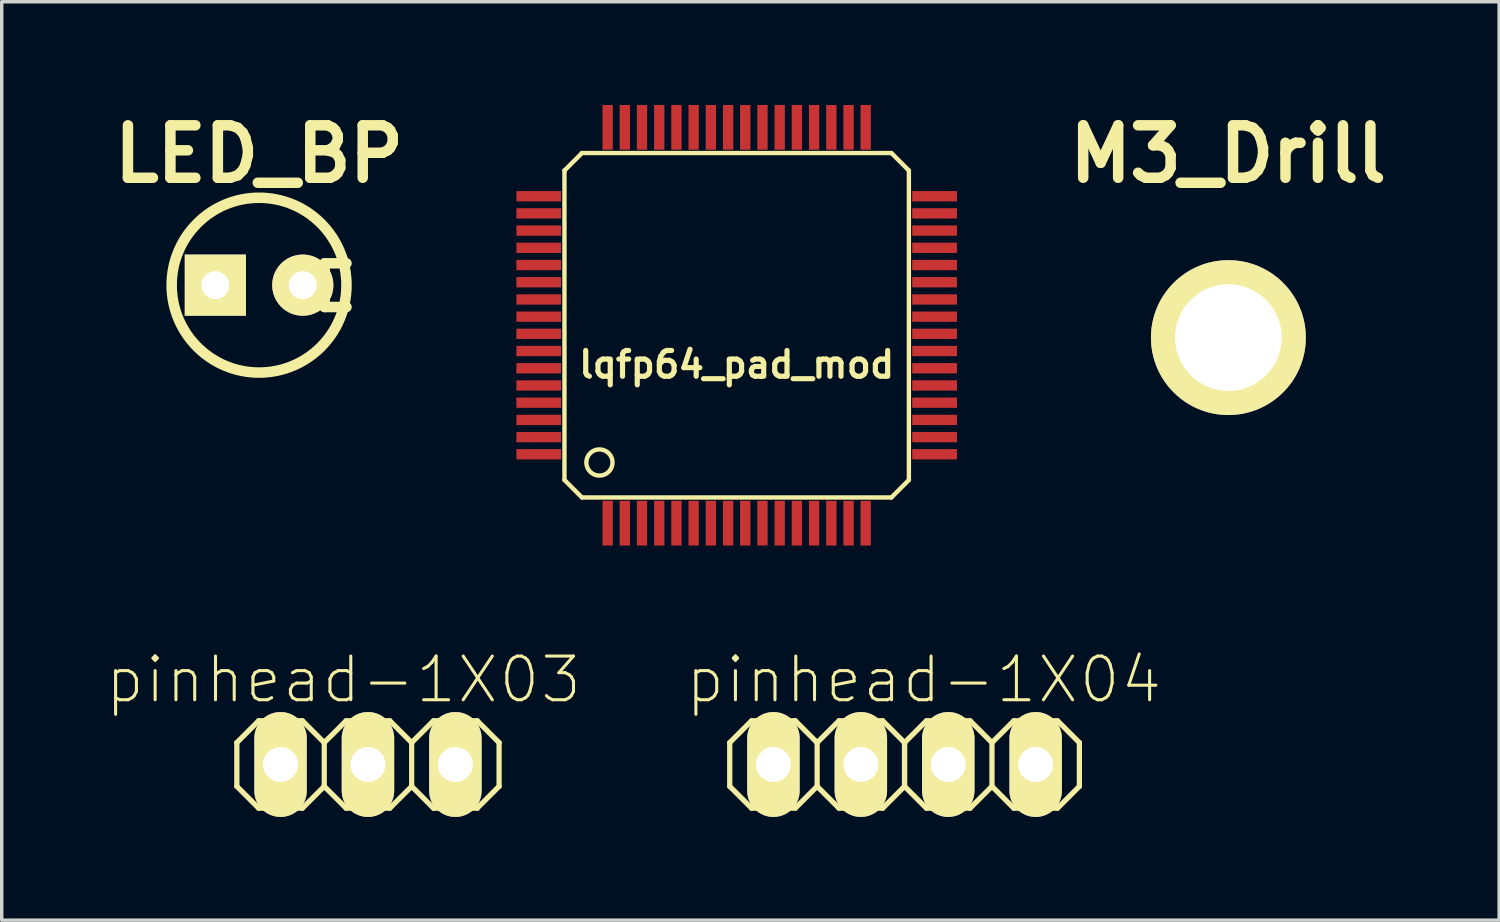
<source format=kicad_pcb>
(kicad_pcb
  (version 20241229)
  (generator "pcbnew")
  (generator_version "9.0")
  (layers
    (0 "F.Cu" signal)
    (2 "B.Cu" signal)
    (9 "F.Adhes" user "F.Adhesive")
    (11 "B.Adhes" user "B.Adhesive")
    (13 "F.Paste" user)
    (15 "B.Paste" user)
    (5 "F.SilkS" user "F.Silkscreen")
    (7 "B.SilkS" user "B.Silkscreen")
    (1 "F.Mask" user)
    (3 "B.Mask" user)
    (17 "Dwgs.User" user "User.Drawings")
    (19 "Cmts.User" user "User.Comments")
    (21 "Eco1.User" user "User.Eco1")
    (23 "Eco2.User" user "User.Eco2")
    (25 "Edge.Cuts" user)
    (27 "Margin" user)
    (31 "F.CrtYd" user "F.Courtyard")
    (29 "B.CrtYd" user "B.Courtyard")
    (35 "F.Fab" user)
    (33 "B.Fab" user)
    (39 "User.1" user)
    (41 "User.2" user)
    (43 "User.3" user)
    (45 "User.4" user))
  (footprint "lqfp64_pad_mod"
    (layer "F.Cu")
    (at 18.356 6.401)
    (property "Reference" "lqfp64_pad_mod" (at 0 1.143 0) (layer "F.SilkS") (effects (font (size 0.749 0.749) (thickness 0.15))))
    (attr through_hole)
    (fp_line (start -5.004 -4.496) (end -4.496 -5.004) (stroke (width 0.127) (type solid)) (layer "F.SilkS"))
    (fp_line (start -5.004 4.496) (end -5.004 -4.496) (stroke (width 0.127) (type solid)) (layer "F.SilkS"))
    (fp_line (start -4.496 -5.004) (end 4.496 -5.004) (stroke (width 0.127) (type solid)) (layer "F.SilkS"))
    (fp_line (start -4.496 5.004) (end -5.004 4.496) (stroke (width 0.127) (type solid)) (layer "F.SilkS"))
    (fp_line (start 4.496 -5.004) (end 5.004 -4.496) (stroke (width 0.127) (type solid)) (layer "F.SilkS"))
    (fp_line (start 4.496 5.004) (end -4.496 5.004) (stroke (width 0.127) (type solid)) (layer "F.SilkS"))
    (fp_line (start 5.004 4.496) (end 4.496 5.004) (stroke (width 0.127) (type solid)) (layer "F.SilkS"))
    (fp_line (start 5.004 4.496) (end 5.004 -4.496) (stroke (width 0.127) (type solid)) (layer "F.SilkS"))
    (fp_circle (center -3.988 3.988) (end -4.216 4.293) (stroke (width 0.127) (type solid)) (fill no) (layer "F.SilkS"))
    (pad "1" smd rect (at -3.749 5.751) (size 0.3 1.3) (layers "F.Cu" "F.Mask" "F.Paste"))
    (pad "2" smd rect (at -3.251 5.751) (size 0.3 1.3) (layers "F.Cu" "F.Mask" "F.Paste"))
    (pad "3" smd rect (at -2.751 5.751) (size 0.3 1.3) (layers "F.Cu" "F.Mask" "F.Paste"))
    (pad "4" smd rect (at -2.25 5.751) (size 0.3 1.3) (layers "F.Cu" "F.Mask" "F.Paste"))
    (pad "5" smd rect (at -1.75 5.751) (size 0.3 1.3) (layers "F.Cu" "F.Mask" "F.Paste"))
    (pad "6" smd rect (at -1.25 5.751) (size 0.3 1.3) (layers "F.Cu" "F.Mask" "F.Paste"))
    (pad "7" smd rect (at -0.749 5.751) (size 0.3 1.3) (layers "F.Cu" "F.Mask" "F.Paste"))
    (pad "8" smd rect (at -0.249 5.751) (size 0.3 1.3) (layers "F.Cu" "F.Mask" "F.Paste"))
    (pad "9" smd rect (at 0.249 5.751) (size 0.3 1.3) (layers "F.Cu" "F.Mask" "F.Paste"))
    (pad "10" smd rect (at 0.749 5.751) (size 0.3 1.3) (layers "F.Cu" "F.Mask" "F.Paste"))
    (pad "11" smd rect (at 1.25 5.751) (size 0.3 1.3) (layers "F.Cu" "F.Mask" "F.Paste"))
    (pad "12" smd rect (at 1.75 5.751) (size 0.3 1.3) (layers "F.Cu" "F.Mask" "F.Paste"))
    (pad "13" smd rect (at 2.25 5.751) (size 0.3 1.3) (layers "F.Cu" "F.Mask" "F.Paste"))
    (pad "14" smd rect (at 2.751 5.751) (size 0.3 1.3) (layers "F.Cu" "F.Mask" "F.Paste"))
    (pad "15" smd rect (at 3.251 5.751) (size 0.3 1.3) (layers "F.Cu" "F.Mask" "F.Paste"))
    (pad "16" smd rect (at 3.749 5.751) (size 0.3 1.3) (layers "F.Cu" "F.Mask" "F.Paste"))
    (pad "17" smd rect (at 5.751 3.749) (size 1.3 0.3) (layers "F.Cu" "F.Mask" "F.Paste"))
    (pad "18" smd rect (at 5.751 3.251) (size 1.3 0.3) (layers "F.Cu" "F.Mask" "F.Paste"))
    (pad "19" smd rect (at 5.751 2.751) (size 1.3 0.3) (layers "F.Cu" "F.Mask" "F.Paste"))
    (pad "20" smd rect (at 5.751 2.25) (size 1.3 0.3) (layers "F.Cu" "F.Mask" "F.Paste"))
    (pad "21" smd rect (at 5.751 1.75) (size 1.3 0.3) (layers "F.Cu" "F.Mask" "F.Paste"))
    (pad "22" smd rect (at 5.751 1.25) (size 1.3 0.3) (layers "F.Cu" "F.Mask" "F.Paste"))
    (pad "23" smd rect (at 5.751 0.749) (size 1.3 0.3) (layers "F.Cu" "F.Mask" "F.Paste"))
    (pad "24" smd rect (at 5.751 0.249) (size 1.3 0.3) (layers "F.Cu" "F.Mask" "F.Paste"))
    (pad "25" smd rect (at 5.751 -0.249) (size 1.3 0.3) (layers "F.Cu" "F.Mask" "F.Paste"))
    (pad "26" smd rect (at 5.751 -0.749) (size 1.3 0.3) (layers "F.Cu" "F.Mask" "F.Paste"))
    (pad "27" smd rect (at 5.751 -1.25) (size 1.3 0.3) (layers "F.Cu" "F.Mask" "F.Paste"))
    (pad "28" smd rect (at 5.751 -1.75) (size 1.3 0.3) (layers "F.Cu" "F.Mask" "F.Paste"))
    (pad "29" smd rect (at 5.751 -2.25) (size 1.3 0.3) (layers "F.Cu" "F.Mask" "F.Paste"))
    (pad "30" smd rect (at 5.751 -2.751) (size 1.3 0.3) (layers "F.Cu" "F.Mask" "F.Paste"))
    (pad "31" smd rect (at 5.751 -3.251) (size 1.3 0.3) (layers "F.Cu" "F.Mask" "F.Paste"))
    (pad "32" smd rect (at 5.751 -3.749) (size 1.3 0.3) (layers "F.Cu" "F.Mask" "F.Paste"))
    (pad "33" smd rect (at 3.749 -5.751) (size 0.3 1.3) (layers "F.Cu" "F.Mask" "F.Paste"))
    (pad "34" smd rect (at 3.251 -5.751) (size 0.3 1.3) (layers "F.Cu" "F.Mask" "F.Paste"))
    (pad "35" smd rect (at 2.751 -5.751) (size 0.3 1.3) (layers "F.Cu" "F.Mask" "F.Paste"))
    (pad "36" smd rect (at 2.25 -5.751) (size 0.3 1.3) (layers "F.Cu" "F.Mask" "F.Paste"))
    (pad "37" smd rect (at 1.75 -5.751) (size 0.3 1.3) (layers "F.Cu" "F.Mask" "F.Paste"))
    (pad "38" smd rect (at 1.25 -5.751) (size 0.3 1.3) (layers "F.Cu" "F.Mask" "F.Paste"))
    (pad "39" smd rect (at 0.749 -5.751) (size 0.3 1.3) (layers "F.Cu" "F.Mask" "F.Paste"))
    (pad "40" smd rect (at 0.249 -5.751) (size 0.3 1.3) (layers "F.Cu" "F.Mask" "F.Paste"))
    (pad "41" smd rect (at -0.249 -5.751) (size 0.3 1.3) (layers "F.Cu" "F.Mask" "F.Paste"))
    (pad "42" smd rect (at -0.749 -5.751) (size 0.3 1.3) (layers "F.Cu" "F.Mask" "F.Paste"))
    (pad "43" smd rect (at -1.25 -5.751) (size 0.3 1.3) (layers "F.Cu" "F.Mask" "F.Paste"))
    (pad "44" smd rect (at -1.75 -5.751) (size 0.3 1.3) (layers "F.Cu" "F.Mask" "F.Paste"))
    (pad "45" smd rect (at -2.25 -5.751) (size 0.3 1.3) (layers "F.Cu" "F.Mask" "F.Paste"))
    (pad "46" smd rect (at -2.751 -5.751) (size 0.3 1.3) (layers "F.Cu" "F.Mask" "F.Paste"))
    (pad "47" smd rect (at -3.251 -5.751) (size 0.3 1.3) (layers "F.Cu" "F.Mask" "F.Paste"))
    (pad "48" smd rect (at -3.749 -5.751) (size 0.3 1.3) (layers "F.Cu" "F.Mask" "F.Paste"))
    (pad "49" smd rect (at -5.751 -3.749) (size 1.3 0.3) (layers "F.Cu" "F.Mask" "F.Paste"))
    (pad "50" smd rect (at -5.751 -3.251) (size 1.3 0.3) (layers "F.Cu" "F.Mask" "F.Paste"))
    (pad "51" smd rect (at -5.751 -2.751) (size 1.3 0.3) (layers "F.Cu" "F.Mask" "F.Paste"))
    (pad "52" smd rect (at -5.751 -2.25) (size 1.3 0.3) (layers "F.Cu" "F.Mask" "F.Paste"))
    (pad "53" smd rect (at -5.751 -1.75) (size 1.3 0.3) (layers "F.Cu" "F.Mask" "F.Paste"))
    (pad "54" smd rect (at -5.751 -1.25) (size 1.3 0.3) (layers "F.Cu" "F.Mask" "F.Paste"))
    (pad "55" smd rect (at -5.751 -0.749) (size 1.3 0.3) (layers "F.Cu" "F.Mask" "F.Paste"))
    (pad "56" smd rect (at -5.751 -0.249) (size 1.3 0.3) (layers "F.Cu" "F.Mask" "F.Paste"))
    (pad "57" smd rect (at -5.751 0.249) (size 1.3 0.3) (layers "F.Cu" "F.Mask" "F.Paste"))
    (pad "58" smd rect (at -5.751 0.749) (size 1.3 0.3) (layers "F.Cu" "F.Mask" "F.Paste"))
    (pad "59" smd rect (at -5.751 1.25) (size 1.3 0.3) (layers "F.Cu" "F.Mask" "F.Paste"))
    (pad "60" smd rect (at -5.751 1.75) (size 1.3 0.3) (layers "F.Cu" "F.Mask" "F.Paste"))
    (pad "61" smd rect (at -5.751 2.25) (size 1.3 0.3) (layers "F.Cu" "F.Mask" "F.Paste"))
    (pad "62" smd rect (at -5.751 2.751) (size 1.3 0.3) (layers "F.Cu" "F.Mask" "F.Paste"))
    (pad "63" smd rect (at -5.751 3.251) (size 1.3 0.3) (layers "F.Cu" "F.Mask" "F.Paste"))
    (pad "64" smd rect (at -5.751 3.749) (size 1.3 0.3) (layers "F.Cu" "F.Mask" "F.Paste")))
  (footprint "LED_BP"
    (layer "F.Cu")
    (at 4.478 5.236)
    (property "Reference" "LED_BP" (at 0 -3.81 0) (layer "F.SilkS") (effects (font (size 1.524 1.524) (thickness 0.305))))
    (attr through_hole)
    (fp_line (start 1.905 -0.635) (end 1.905 0.635) (stroke (width 0.305) (type solid)) (layer "F.SilkS"))
    (fp_line (start 1.905 0.635) (end 2.54 0.635) (stroke (width 0.305) (type solid)) (layer "F.SilkS"))
    (fp_line (start 2.54 -0.635) (end 1.905 -0.635) (stroke (width 0.305) (type solid)) (layer "F.SilkS"))
    (fp_circle (center 0 0) (end -2.54 0) (stroke (width 0.305) (type solid)) (fill no) (layer "F.SilkS"))
    (pad "1" thru_hole rect (at -1.27 0) (size 1.778 1.778) (drill 0.813) (layers "*.Cu" "*.Mask" "F.SilkS"))
    (pad "2" thru_hole circle (at 1.27 0) (size 1.778 1.778) (drill 0.813) (layers "*.Cu" "*.Mask" "F.SilkS")))
  (footprint "pinhead-1X03"
    (layer "F.Cu")
    (at 7.642 19.164)
    (property "Reference" "pinhead-1X03" (at -0.711 -2.464 0) (layer "F.SilkS") (effects (font (size 1.27 1.27) (thickness 0.089))))
    (attr exclude_from_pos_files exclude_from_bom)
    (fp_line (start -3.81 -0.635) (end -3.81 0.635) (stroke (width 0.152) (type solid)) (layer "F.SilkS"))
    (fp_line (start -3.81 0.635) (end -3.175 1.27) (stroke (width 0.152) (type solid)) (layer "F.SilkS"))
    (fp_line (start -3.175 -1.27) (end -3.81 -0.635) (stroke (width 0.152) (type solid)) (layer "F.SilkS"))
    (fp_line (start -3.175 -1.27) (end -1.905 -1.27) (stroke (width 0.152) (type solid)) (layer "F.SilkS"))
    (fp_line (start -2.794 -0.254) (end -2.286 -0.254) (stroke (width 0.066) (type solid)) (layer "F.SilkS"))
    (fp_line (start -2.794 0.254) (end -2.794 -0.254) (stroke (width 0.066) (type solid)) (layer "F.SilkS"))
    (fp_line (start -2.794 0.254) (end -2.286 0.254) (stroke (width 0.066) (type solid)) (layer "F.SilkS"))
    (fp_line (start -2.286 0.254) (end -2.286 -0.254) (stroke (width 0.066) (type solid)) (layer "F.SilkS"))
    (fp_line (start -1.905 -1.27) (end -1.27 -0.635) (stroke (width 0.152) (type solid)) (layer "F.SilkS"))
    (fp_line (start -1.905 1.27) (end -3.175 1.27) (stroke (width 0.152) (type solid)) (layer "F.SilkS"))
    (fp_line (start -1.27 -0.635) (end -1.27 0.635) (stroke (width 0.152) (type solid)) (layer "F.SilkS"))
    (fp_line (start -1.27 -0.635) (end -0.635 -1.27) (stroke (width 0.152) (type solid)) (layer "F.SilkS"))
    (fp_line (start -1.27 0.635) (end -1.905 1.27) (stroke (width 0.152) (type solid)) (layer "F.SilkS"))
    (fp_line (start -0.635 -1.27) (end 0.635 -1.27) (stroke (width 0.152) (type solid)) (layer "F.SilkS"))
    (fp_line (start -0.635 1.27) (end -1.27 0.635) (stroke (width 0.152) (type solid)) (layer "F.SilkS"))
    (fp_line (start -0.254 -0.254) (end 0.254 -0.254) (stroke (width 0.066) (type solid)) (layer "F.SilkS"))
    (fp_line (start -0.254 0.254) (end -0.254 -0.254) (stroke (width 0.066) (type solid)) (layer "F.SilkS"))
    (fp_line (start -0.254 0.254) (end 0.254 0.254) (stroke (width 0.066) (type solid)) (layer "F.SilkS"))
    (fp_line (start 0.254 0.254) (end 0.254 -0.254) (stroke (width 0.066) (type solid)) (layer "F.SilkS"))
    (fp_line (start 0.635 -1.27) (end 1.27 -0.635) (stroke (width 0.152) (type solid)) (layer "F.SilkS"))
    (fp_line (start 0.635 1.27) (end -0.635 1.27) (stroke (width 0.152) (type solid)) (layer "F.SilkS"))
    (fp_line (start 1.27 -0.635) (end 1.27 0.635) (stroke (width 0.152) (type solid)) (layer "F.SilkS"))
    (fp_line (start 1.27 -0.635) (end 1.905 -1.27) (stroke (width 0.152) (type solid)) (layer "F.SilkS"))
    (fp_line (start 1.27 0.635) (end 0.635 1.27) (stroke (width 0.152) (type solid)) (layer "F.SilkS"))
    (fp_line (start 1.905 -1.27) (end 3.175 -1.27) (stroke (width 0.152) (type solid)) (layer "F.SilkS"))
    (fp_line (start 1.905 1.27) (end 1.27 0.635) (stroke (width 0.152) (type solid)) (layer "F.SilkS"))
    (fp_line (start 2.286 -0.254) (end 2.794 -0.254) (stroke (width 0.066) (type solid)) (layer "F.SilkS"))
    (fp_line (start 2.286 0.254) (end 2.286 -0.254) (stroke (width 0.066) (type solid)) (layer "F.SilkS"))
    (fp_line (start 2.286 0.254) (end 2.794 0.254) (stroke (width 0.066) (type solid)) (layer "F.SilkS"))
    (fp_line (start 2.794 0.254) (end 2.794 -0.254) (stroke (width 0.066) (type solid)) (layer "F.SilkS"))
    (fp_line (start 3.175 -1.27) (end 3.81 -0.635) (stroke (width 0.152) (type solid)) (layer "F.SilkS"))
    (fp_line (start 3.175 1.27) (end 1.905 1.27) (stroke (width 0.152) (type solid)) (layer "F.SilkS"))
    (fp_line (start 3.81 -0.635) (end 3.81 0.635) (stroke (width 0.152) (type solid)) (layer "F.SilkS"))
    (fp_line (start 3.81 0.635) (end 3.175 1.27) (stroke (width 0.152) (type solid)) (layer "F.SilkS"))
    (pad "1" thru_hole oval (at -2.54 0) (size 1.524 3.048) (drill 1.016) (layers "*.Cu" "*.Mask" "F.SilkS"))
    (pad "2" thru_hole oval (at 0 0) (size 1.524 3.048) (drill 1.016) (layers "*.Cu" "*.Mask" "F.SilkS"))
    (pad "3" thru_hole oval (at 2.54 0) (size 1.524 3.048) (drill 1.016) (layers "*.Cu" "*.Mask" "F.SilkS")))
  (footprint "pinhead-1X04"
    (layer "F.Cu")
    (at 23.234 19.164)
    (property "Reference" "pinhead-1X04" (at 0.559 -2.464 0) (layer "F.SilkS") (effects (font (size 1.27 1.27) (thickness 0.089))))
    (attr exclude_from_pos_files exclude_from_bom)
    (fp_line (start -5.08 -0.635) (end -5.08 0.635) (stroke (width 0.152) (type solid)) (layer "F.SilkS"))
    (fp_line (start -5.08 0.635) (end -4.445 1.27) (stroke (width 0.152) (type solid)) (layer "F.SilkS"))
    (fp_line (start -4.445 -1.27) (end -5.08 -0.635) (stroke (width 0.152) (type solid)) (layer "F.SilkS"))
    (fp_line (start -4.445 -1.27) (end -3.175 -1.27) (stroke (width 0.152) (type solid)) (layer "F.SilkS"))
    (fp_line (start -4.064 -0.254) (end -3.556 -0.254) (stroke (width 0.066) (type solid)) (layer "F.SilkS"))
    (fp_line (start -4.064 0.254) (end -4.064 -0.254) (stroke (width 0.066) (type solid)) (layer "F.SilkS"))
    (fp_line (start -4.064 0.254) (end -3.556 0.254) (stroke (width 0.066) (type solid)) (layer "F.SilkS"))
    (fp_line (start -3.556 0.254) (end -3.556 -0.254) (stroke (width 0.066) (type solid)) (layer "F.SilkS"))
    (fp_line (start -3.175 -1.27) (end -2.54 -0.635) (stroke (width 0.152) (type solid)) (layer "F.SilkS"))
    (fp_line (start -3.175 1.27) (end -4.445 1.27) (stroke (width 0.152) (type solid)) (layer "F.SilkS"))
    (fp_line (start -2.54 -0.635) (end -2.54 0.635) (stroke (width 0.152) (type solid)) (layer "F.SilkS"))
    (fp_line (start -2.54 -0.635) (end -1.905 -1.27) (stroke (width 0.152) (type solid)) (layer "F.SilkS"))
    (fp_line (start -2.54 0.635) (end -3.175 1.27) (stroke (width 0.152) (type solid)) (layer "F.SilkS"))
    (fp_line (start -1.905 -1.27) (end -0.635 -1.27) (stroke (width 0.152) (type solid)) (layer "F.SilkS"))
    (fp_line (start -1.905 1.27) (end -2.54 0.635) (stroke (width 0.152) (type solid)) (layer "F.SilkS"))
    (fp_line (start -1.524 -0.254) (end -1.016 -0.254) (stroke (width 0.066) (type solid)) (layer "F.SilkS"))
    (fp_line (start -1.524 0.254) (end -1.524 -0.254) (stroke (width 0.066) (type solid)) (layer "F.SilkS"))
    (fp_line (start -1.524 0.254) (end -1.016 0.254) (stroke (width 0.066) (type solid)) (layer "F.SilkS"))
    (fp_line (start -1.016 0.254) (end -1.016 -0.254) (stroke (width 0.066) (type solid)) (layer "F.SilkS"))
    (fp_line (start -0.635 -1.27) (end 0 -0.635) (stroke (width 0.152) (type solid)) (layer "F.SilkS"))
    (fp_line (start -0.635 1.27) (end -1.905 1.27) (stroke (width 0.152) (type solid)) (layer "F.SilkS"))
    (fp_line (start 0 -0.635) (end 0 0.635) (stroke (width 0.152) (type solid)) (layer "F.SilkS"))
    (fp_line (start 0 -0.635) (end 0 0.635) (stroke (width 0.152) (type solid)) (layer "F.SilkS"))
    (fp_line (start 0 0.635) (end -0.635 1.27) (stroke (width 0.152) (type solid)) (layer "F.SilkS"))
    (fp_line (start 0 0.635) (end 0.635 1.27) (stroke (width 0.152) (type solid)) (layer "F.SilkS"))
    (fp_line (start 0.635 -1.27) (end 0 -0.635) (stroke (width 0.152) (type solid)) (layer "F.SilkS"))
    (fp_line (start 0.635 -1.27) (end 1.905 -1.27) (stroke (width 0.152) (type solid)) (layer "F.SilkS"))
    (fp_line (start 1.016 -0.254) (end 1.524 -0.254) (stroke (width 0.066) (type solid)) (layer "F.SilkS"))
    (fp_line (start 1.016 0.254) (end 1.016 -0.254) (stroke (width 0.066) (type solid)) (layer "F.SilkS"))
    (fp_line (start 1.016 0.254) (end 1.524 0.254) (stroke (width 0.066) (type solid)) (layer "F.SilkS"))
    (fp_line (start 1.524 0.254) (end 1.524 -0.254) (stroke (width 0.066) (type solid)) (layer "F.SilkS"))
    (fp_line (start 1.905 -1.27) (end 2.54 -0.635) (stroke (width 0.152) (type solid)) (layer "F.SilkS"))
    (fp_line (start 1.905 1.27) (end 0.635 1.27) (stroke (width 0.152) (type solid)) (layer "F.SilkS"))
    (fp_line (start 2.54 -0.635) (end 2.54 0.635) (stroke (width 0.152) (type solid)) (layer "F.SilkS"))
    (fp_line (start 2.54 -0.635) (end 3.175 -1.27) (stroke (width 0.152) (type solid)) (layer "F.SilkS"))
    (fp_line (start 2.54 0.635) (end 1.905 1.27) (stroke (width 0.152) (type solid)) (layer "F.SilkS"))
    (fp_line (start 3.175 -1.27) (end 4.445 -1.27) (stroke (width 0.152) (type solid)) (layer "F.SilkS"))
    (fp_line (start 3.175 1.27) (end 2.54 0.635) (stroke (width 0.152) (type solid)) (layer "F.SilkS"))
    (fp_line (start 3.556 -0.254) (end 4.064 -0.254) (stroke (width 0.066) (type solid)) (layer "F.SilkS"))
    (fp_line (start 3.556 0.254) (end 3.556 -0.254) (stroke (width 0.066) (type solid)) (layer "F.SilkS"))
    (fp_line (start 3.556 0.254) (end 4.064 0.254) (stroke (width 0.066) (type solid)) (layer "F.SilkS"))
    (fp_line (start 4.064 0.254) (end 4.064 -0.254) (stroke (width 0.066) (type solid)) (layer "F.SilkS"))
    (fp_line (start 4.445 -1.27) (end 5.08 -0.635) (stroke (width 0.152) (type solid)) (layer "F.SilkS"))
    (fp_line (start 4.445 1.27) (end 3.175 1.27) (stroke (width 0.152) (type solid)) (layer "F.SilkS"))
    (fp_line (start 5.08 -0.635) (end 5.08 0.635) (stroke (width 0.152) (type solid)) (layer "F.SilkS"))
    (fp_line (start 5.08 0.635) (end 4.445 1.27) (stroke (width 0.152) (type solid)) (layer "F.SilkS"))
    (pad "1" thru_hole oval (at -3.81 0) (size 1.524 3.048) (drill 1.016) (layers "*.Cu" "*.Mask" "F.SilkS"))
    (pad "2" thru_hole oval (at -1.27 0) (size 1.524 3.048) (drill 1.016) (layers "*.Cu" "*.Mask" "F.SilkS"))
    (pad "3" thru_hole oval (at 1.27 0) (size 1.524 3.048) (drill 1.016) (layers "*.Cu" "*.Mask" "F.SilkS"))
    (pad "4" thru_hole oval (at 3.81 0) (size 1.524 3.048) (drill 1.016) (layers "*.Cu" "*.Mask" "F.SilkS")))
  (footprint "M3_Drill"
    (layer "F.Cu")
    (at 32.634 6.76)
    (property "Reference" "M3_Drill" (at 0 -5.334 0) (layer "F.SilkS") (effects (font (size 1.524 1.524) (thickness 0.305))))
    (attr through_hole)
    (pad "1" thru_hole circle (at 0.01 0) (size 4.5 4.5) (drill 3.1) (layers "*.Cu" "*.Mask" "F.SilkS")))
  (gr_rect
    (start -3 -3)
    (end 40.511 23.688)
    (stroke (width 0.1) (type default))
    (fill no)
    (layer "Edge.Cuts")))
</source>
